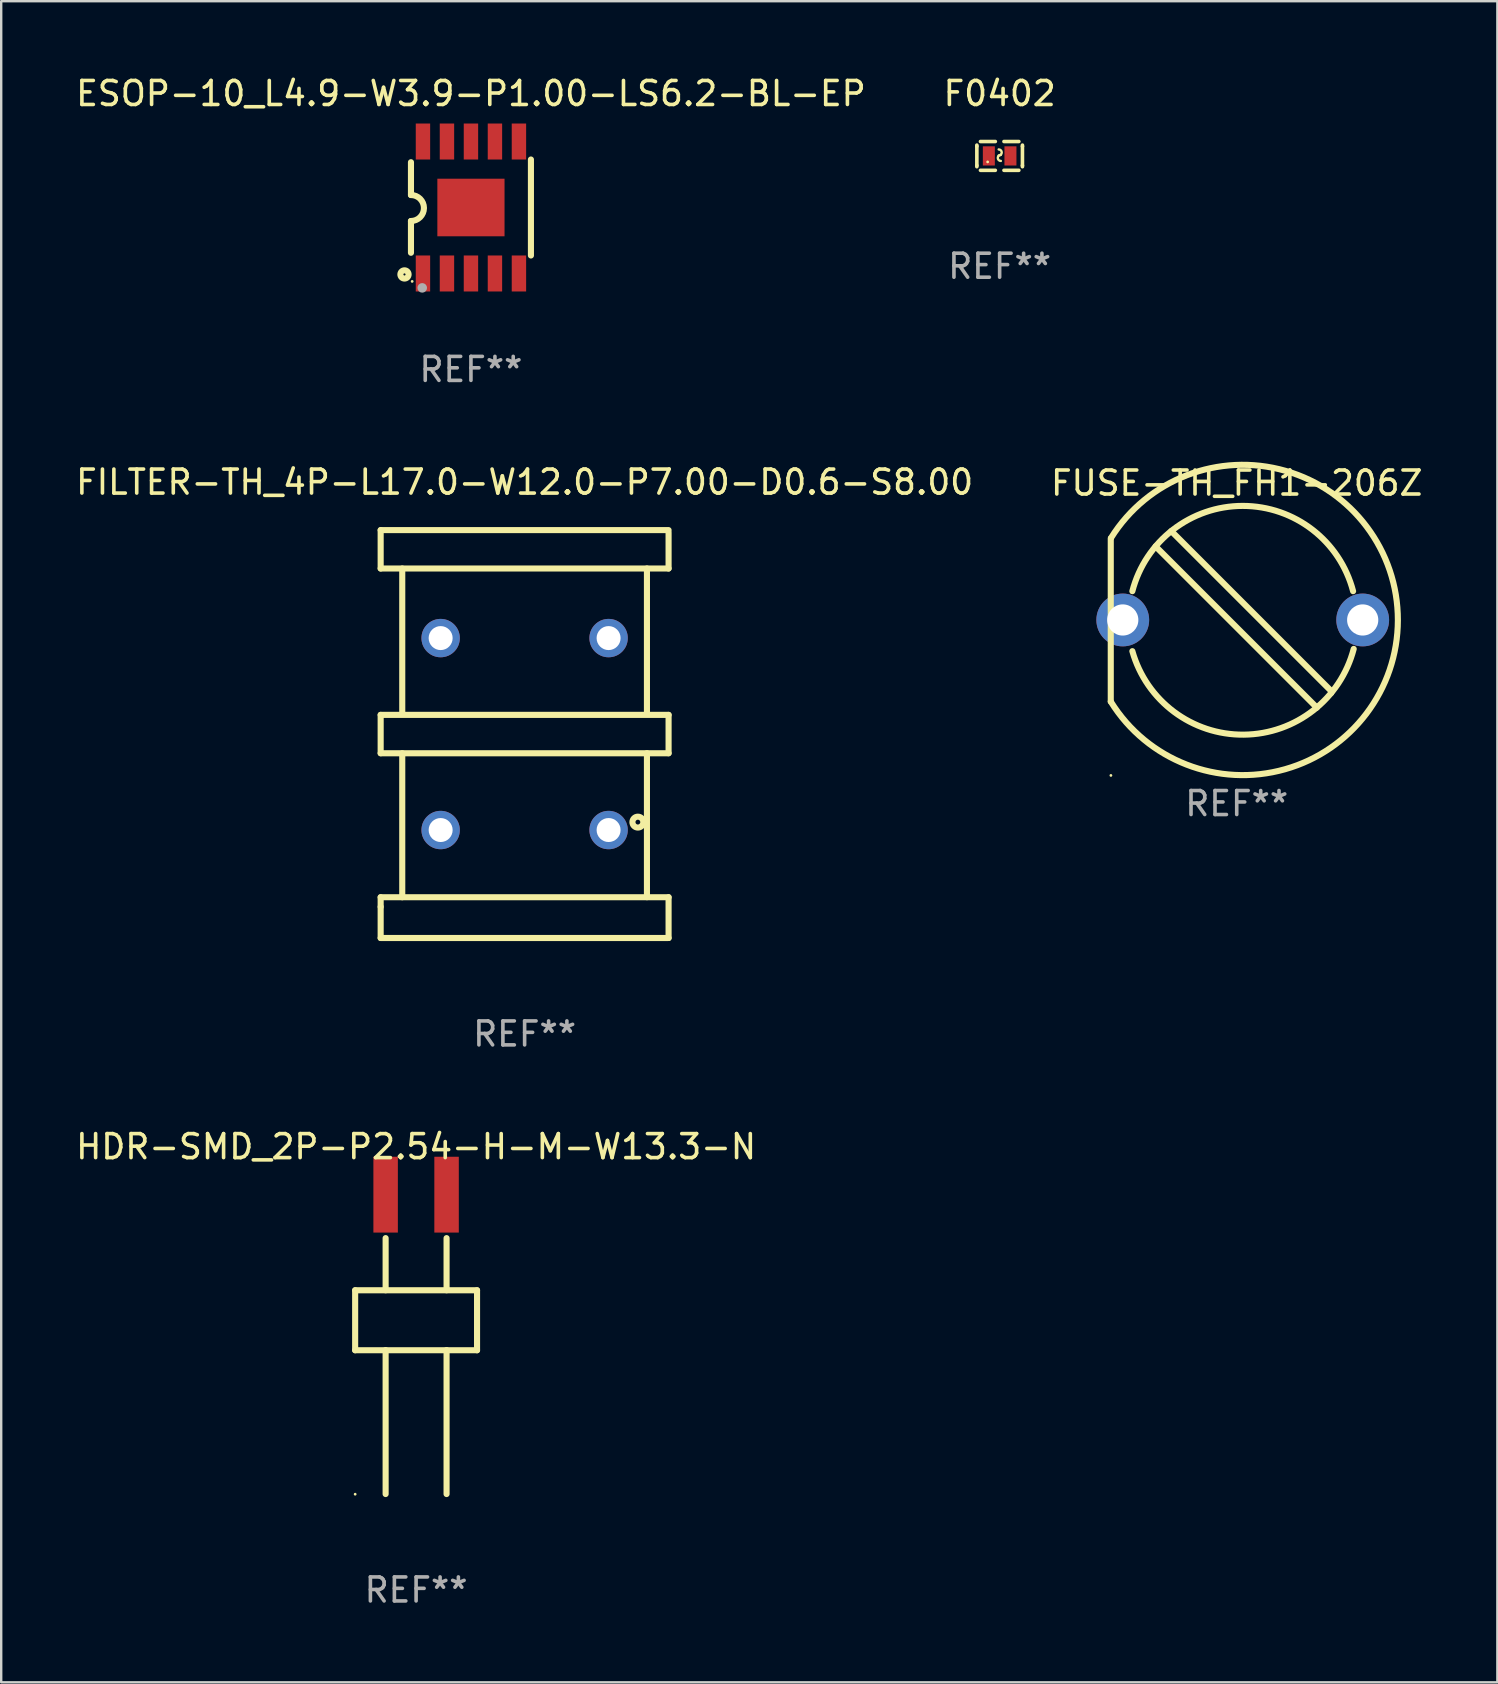
<source format=kicad_pcb>
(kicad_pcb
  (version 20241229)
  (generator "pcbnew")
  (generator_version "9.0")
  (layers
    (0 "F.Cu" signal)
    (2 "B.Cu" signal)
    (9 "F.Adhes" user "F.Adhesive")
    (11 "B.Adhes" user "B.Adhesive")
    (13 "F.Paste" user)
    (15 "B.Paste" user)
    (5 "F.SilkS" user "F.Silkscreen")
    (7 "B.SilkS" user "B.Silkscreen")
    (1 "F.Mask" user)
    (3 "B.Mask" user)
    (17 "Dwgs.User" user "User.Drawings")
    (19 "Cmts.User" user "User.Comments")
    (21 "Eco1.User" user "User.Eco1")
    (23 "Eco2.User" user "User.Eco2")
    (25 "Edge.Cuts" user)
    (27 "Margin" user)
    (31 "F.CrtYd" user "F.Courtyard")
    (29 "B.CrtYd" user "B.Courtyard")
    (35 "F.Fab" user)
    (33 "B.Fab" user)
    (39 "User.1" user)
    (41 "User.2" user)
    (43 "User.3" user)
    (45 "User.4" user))
  (footprint "HDR-SMD_2P-P2.54-H-M-W13.3-N"
    (layer "F.Cu")
    (at 14.292 46.741)
    (property "Reference" "HDR-SMD_2P-P2.54-H-M-W13.3-N" (at 0 -2 0) (layer "F.SilkS") (effects (font (size 1 1) (thickness 0.15))))
    (attr smd)
    (fp_line (start -2.54 3.984) (end -2.54 6.484) (stroke (width 0.254) (type solid)) (layer "F.SilkS"))
    (fp_line (start -2.54 3.984) (end 2.54 3.984) (stroke (width 0.254) (type solid)) (layer "F.SilkS"))
    (fp_line (start -2.54 6.484) (end 2.54 6.484) (stroke (width 0.254) (type solid)) (layer "F.SilkS"))
    (fp_line (start -1.27 1.811) (end -1.27 3.984) (stroke (width 0.254) (type solid)) (layer "F.SilkS"))
    (fp_line (start -1.27 6.477) (end -1.27 12.477) (stroke (width 0.254) (type solid)) (layer "F.SilkS"))
    (fp_line (start 1.27 1.811) (end 1.27 3.984) (stroke (width 0.254) (type solid)) (layer "F.SilkS"))
    (fp_line (start 1.27 6.477) (end 1.27 12.477) (stroke (width 0.254) (type solid)) (layer "F.SilkS"))
    (fp_line (start 2.54 3.984) (end 2.54 6.484) (stroke (width 0.254) (type solid)) (layer "F.SilkS"))
    (fp_circle (center -2.54 12.484) (end -2.51 12.484) (stroke (width 0.06) (type solid)) (fill no) (layer "F.SilkS"))
    (fp_text user "REF**" (at 0 16.477 0) (layer "F.Fab") (effects (font (size 1 1) (thickness 0.15))))
    (pad "1" smd rect (at -1.27 0) (size 1.02 3.16) (layers "F.Cu" "F.Mask" "F.Paste"))
    (pad "2" smd rect (at 1.27 0) (size 1.02 3.16) (layers "F.Cu" "F.Mask" "F.Paste")))
  (footprint "ESOP-10_L4.9-W3.9-P1.00-LS6.2-BL-EP"
    (layer "F.Cu")
    (at 16.578 5.598)
    (property "Reference" "ESOP-10_L4.9-W3.9-P1.00-LS6.2-BL-EP" (at -0.000127 -4.75 0) (layer "F.SilkS") (effects (font (size 1 1) (thickness 0.15))))
    (attr smd)
    (fp_line (start -2.5 -0.52) (end -2.5 -1.887) (stroke (width 0.254) (type solid)) (layer "F.SilkS"))
    (fp_line (start -2.5 1.887) (end -2.5 0.564) (stroke (width 0.254) (type solid)) (layer "F.SilkS"))
    (fp_line (start 2.5 -2) (end 2.5 2) (stroke (width 0.254) (type solid)) (layer "F.SilkS"))
    (fp_arc (start -2.500127 -0.519964) (mid -1.962518 0.021716) (end -2.500508 0.563017) (stroke (width 0.254001) (type solid)) (layer "F.SilkS"))
    (fp_circle (center -2.77 2.79) (end -2.599 2.79) (stroke (width 0.254) (type solid)) (fill no) (layer "F.SilkS"))
    (fp_circle (center -2.45 3.08) (end -2.42 3.08) (stroke (width 0.06) (type solid)) (fill no) (layer "F.SilkS"))
    (fp_circle (center -2.03 3.35) (end -1.93 3.35) (stroke (width 0.2) (type solid)) (fill no) (layer "F.Fab"))
    (fp_text user "REF**" (at -0.000127 6.75 0) (layer "F.Fab") (effects (font (size 1 1) (thickness 0.15))))
    (pad "1" smd rect (at -2 2.75) (size 0.6 1.5) (layers "F.Cu" "F.Mask" "F.Paste"))
    (pad "2" smd rect (at -1 2.75) (size 0.6 1.5) (layers "F.Cu" "F.Mask" "F.Paste"))
    (pad "3" smd rect (at 0 2.75) (size 0.6 1.5) (layers "F.Cu" "F.Mask" "F.Paste"))
    (pad "4" smd rect (at 1 2.75) (size 0.6 1.5) (layers "F.Cu" "F.Mask" "F.Paste"))
    (pad "5" smd rect (at 2 2.75) (size 0.6 1.5) (layers "F.Cu" "F.Mask" "F.Paste"))
    (pad "6" smd rect (at 2 -2.75) (size 0.6 1.5) (layers "F.Cu" "F.Mask" "F.Paste"))
    (pad "7" smd rect (at 1 -2.75) (size 0.6 1.5) (layers "F.Cu" "F.Mask" "F.Paste"))
    (pad "8" smd rect (at 0 -2.75) (size 0.6 1.5) (layers "F.Cu" "F.Mask" "F.Paste"))
    (pad "9" smd rect (at -1 -2.75) (size 0.6 1.5) (layers "F.Cu" "F.Mask" "F.Paste"))
    (pad "10" smd rect (at -2 -2.75) (size 0.6 1.5) (layers "F.Cu" "F.Mask" "F.Paste"))
    (pad "11" smd rect (at 0 0.000127 180) (size 2.8 2.4) (layers "F.Cu" "F.Mask" "F.Paste")))
  (footprint "FUSE-TH_FH1-206Z"
    (layer "F.Cu")
    (at 48.744 22.789)
    (property "Reference" "FUSE-TH_FH1-206Z" (at -0.25 -5.705 0) (layer "F.SilkS") (effects (font (size 1 1) (thickness 0.15))))
    (attr through_hole)
    (fp_line (start -5.5 3.4) (end -5.5 -3.4) (stroke (width 0.254) (type solid)) (layer "F.SilkS"))
    (fp_line (start -3.632 -3.067) (end 3.083 3.647) (stroke (width 0.254) (type solid)) (layer "F.SilkS"))
    (fp_line (start -2.979 -3.705) (end 3.686 2.96) (stroke (width 0.254) (type solid)) (layer "F.SilkS"))
    (fp_line (start 3.083 3.647) (end 3.083 3.653) (stroke (width 0.254) (type solid)) (layer "F.SilkS"))
    (fp_line (start 3.686 2.96) (end 3.686 3.044) (stroke (width 0.254) (type solid)) (layer "F.SilkS"))
    (fp_arc (start -5.489078 -3.417704) (mid 6.466031 0.010157) (end -5.499848 3.400232) (stroke (width 0.254001) (type solid)) (layer "F.SilkS"))
    (fp_arc (start -4.6 -1.2) (mid 0 -4.753934) (end 4.6 -1.2) (stroke (width 0.254001) (type solid)) (layer "F.SilkS"))
    (fp_arc (start 4.625375 1.206629) (mid 0.048381 4.779945) (end -4.6 1.3) (stroke (width 0.254001) (type solid)) (layer "F.SilkS"))
    (fp_circle (center -5.494 6.479) (end -5.464 6.479) (stroke (width 0.06) (type solid)) (fill no) (layer "F.SilkS"))
    (fp_text user "REF**" (at -0.25 7.653 0) (layer "F.Fab") (effects (font (size 1 1) (thickness 0.15))))
    (pad "1" thru_hole circle (at -5 0) (size 2.2 2.2) (drill 1.3) (layers "*.Cu" "*.Mask"))
    (pad "2" thru_hole circle (at 5 0) (size 2.2 2.2) (drill 1.3) (layers "*.Cu" "*.Mask")))
  (footprint "FILTER-TH_4P-L17.0-W12.0-P7.00-D0.6-S8.00"
    (layer "F.Cu")
    (at 18.815 27.544)
    (property "Reference" "FILTER-TH_4P-L17.0-W12.0-P7.00-D0.6-S8.00" (at 0 -10.5 0) (layer "F.SilkS") (effects (font (size 1 1) (thickness 0.15))))
    (attr through_hole)
    (fp_line (start -6 -8.5) (end -6 -6.9) (stroke (width 0.254) (type solid)) (layer "F.SilkS"))
    (fp_line (start -6 -8.5) (end 6 -8.5) (stroke (width 0.254) (type solid)) (layer "F.SilkS"))
    (fp_line (start -6 -6.9) (end 6 -6.9) (stroke (width 0.254) (type solid)) (layer "F.SilkS"))
    (fp_line (start -6 -0.8) (end 6 -0.8) (stroke (width 0.254) (type solid)) (layer "F.SilkS"))
    (fp_line (start -6 0.8) (end -6 -0.8) (stroke (width 0.254) (type solid)) (layer "F.SilkS"))
    (fp_line (start -6 6.8) (end 6 6.8) (stroke (width 0.254) (type solid)) (layer "F.SilkS"))
    (fp_line (start -6 7.2) (end -6 6.8) (stroke (width 0.254) (type solid)) (layer "F.SilkS"))
    (fp_line (start -6 7.2) (end -6 8.5) (stroke (width 0.254) (type solid)) (layer "F.SilkS"))
    (fp_line (start -5.1 -6.9) (end -5.1 -0.9) (stroke (width 0.254) (type solid)) (layer "F.SilkS"))
    (fp_line (start -5.1 0.8) (end -5.1 6.8) (stroke (width 0.254) (type solid)) (layer "F.SilkS"))
    (fp_line (start 5.098 0.798) (end 5.098 6.798) (stroke (width 0.254) (type solid)) (layer "F.SilkS"))
    (fp_line (start 5.098 -6.901) (end 5.098 -0.901) (stroke (width 0.254) (type solid)) (layer "F.SilkS"))
    (fp_line (start 6 -6.9) (end 6 -8.4) (stroke (width 0.254) (type solid)) (layer "F.SilkS"))
    (fp_line (start 6 -0.8) (end 6 0.8) (stroke (width 0.254) (type solid)) (layer "F.SilkS"))
    (fp_line (start 6 0.8) (end -6 0.8) (stroke (width 0.254) (type solid)) (layer "F.SilkS"))
    (fp_line (start 6 6.8) (end 6 8.5) (stroke (width 0.254) (type solid)) (layer "F.SilkS"))
    (fp_line (start 6 8.5) (end -6 8.5) (stroke (width 0.254) (type solid)) (layer "F.SilkS"))
    (fp_circle (center -6 8.26) (end -5.97 8.26) (stroke (width 0.06) (type solid)) (fill no) (layer "F.SilkS"))
    (fp_circle (center 4.72 3.67) (end 4.82 3.67) (stroke (width 0.254) (type solid)) (fill no) (layer "F.SilkS"))
    (fp_text user "REF**" (at 0 12.5 0) (layer "F.Fab") (effects (font (size 1 1) (thickness 0.15))))
    (pad "1" thru_hole circle (at 3.5 4) (size 1.6 1.6) (drill 1) (layers "*.Cu" "*.Mask"))
    (pad "2" thru_hole circle (at -3.5 4) (size 1.6 1.6) (drill 1) (layers "*.Cu" "*.Mask"))
    (pad "3" thru_hole circle (at -3.5 -4) (size 1.6 1.6) (drill 1) (layers "*.Cu" "*.Mask"))
    (pad "4" thru_hole circle (at 3.5 -4) (size 1.6 1.6) (drill 1) (layers "*.Cu" "*.Mask")))
  (footprint "F0402"
    (layer "F.Cu")
    (at 38.613 3.448)
    (property "Reference" "F0402" (at -0.000064 -2.6 0) (layer "F.SilkS") (effects (font (size 1 1) (thickness 0.15))))
    (attr smd)
    (fp_line (start -0.95 -0.45) (end -0.95 -0.4) (stroke (width 0.15) (type solid)) (layer "F.SilkS"))
    (fp_line (start -0.95 -0.4) (end -0.95 0.4) (stroke (width 0.15) (type solid)) (layer "F.SilkS"))
    (fp_line (start -0.95 0.45) (end -0.95 0.4) (stroke (width 0.15) (type solid)) (layer "F.SilkS"))
    (fp_line (start -0.18 -0.6) (end -0.8 -0.6) (stroke (width 0.15) (type solid)) (layer "F.SilkS"))
    (fp_line (start -0.18 0.6) (end -0.8 0.6) (stroke (width 0.15) (type solid)) (layer "F.SilkS"))
    (fp_line (start 0.18 -0.6) (end 0.8 -0.6) (stroke (width 0.15) (type solid)) (layer "F.SilkS"))
    (fp_line (start 0.18 0.6) (end 0.8 0.6) (stroke (width 0.15) (type solid)) (layer "F.SilkS"))
    (fp_line (start 0.95 -0.45) (end 0.95 -0.4) (stroke (width 0.15) (type solid)) (layer "F.SilkS"))
    (fp_line (start 0.95 -0.4) (end 0.95 0.4) (stroke (width 0.15) (type solid)) (layer "F.SilkS"))
    (fp_line (start 0.95 0.45) (end 0.95 0.4) (stroke (width 0.15) (type solid)) (layer "F.SilkS"))
    (fp_arc (start -0.040005 -0.270003) (mid 0.086996 -0.143002) (end -0.040005 -0.016001) (stroke (width 0.1) (type solid)) (layer "F.SilkS"))
    (fp_arc (start 0.050013 0.210008) (mid -0.076988 0.083007) (end 0.050013 -0.043994) (stroke (width 0.1) (type solid)) (layer "F.SilkS"))
    (fp_circle (center -0.5 0.25) (end -0.47 0.25) (stroke (width 0.06) (type solid)) (fill no) (layer "F.SilkS"))
    (fp_text user "REF**" (at -0.000064 4.6 0) (layer "F.Fab") (effects (font (size 1 1) (thickness 0.15))))
    (pad "1" smd rect (at -0.45 0) (size 0.5 0.8) (layers "F.Cu" "F.Mask" "F.Paste"))
    (pad "2" smd rect (at 0.45 0) (size 0.5 0.8) (layers "F.Cu" "F.Mask" "F.Paste")))
  (gr_rect
    (start -3 -3)
    (end 59.357 67.066)
    (stroke (width 0.1) (type default))
    (fill no)
    (layer "Edge.Cuts")))
</source>
